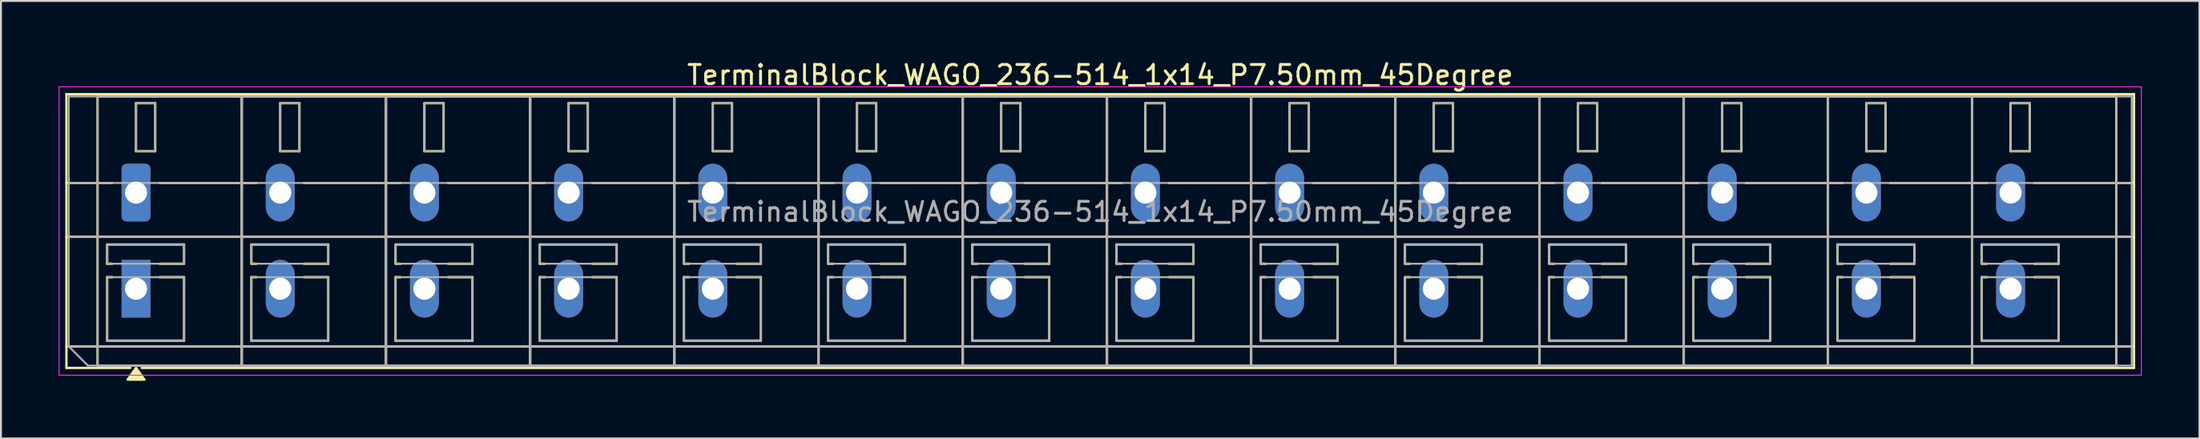
<source format=kicad_pcb>
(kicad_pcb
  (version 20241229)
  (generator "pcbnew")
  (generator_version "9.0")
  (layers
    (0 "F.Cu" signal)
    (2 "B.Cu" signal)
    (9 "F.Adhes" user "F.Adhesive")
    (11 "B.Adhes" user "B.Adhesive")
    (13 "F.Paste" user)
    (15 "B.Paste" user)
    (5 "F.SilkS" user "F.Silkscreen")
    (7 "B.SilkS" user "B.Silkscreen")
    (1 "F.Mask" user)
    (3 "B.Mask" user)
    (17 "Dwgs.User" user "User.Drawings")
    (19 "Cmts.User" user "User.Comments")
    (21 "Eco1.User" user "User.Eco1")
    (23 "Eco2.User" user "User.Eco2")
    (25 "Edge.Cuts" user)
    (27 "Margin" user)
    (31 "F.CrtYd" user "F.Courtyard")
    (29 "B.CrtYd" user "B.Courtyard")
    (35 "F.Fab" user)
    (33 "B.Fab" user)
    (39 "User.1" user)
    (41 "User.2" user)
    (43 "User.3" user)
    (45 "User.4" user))
  (footprint "TerminalBlock_WAGO_236-514_1x14_P7.50mm_45Degree"
    (layer "F.Cu")
    (at 4.025 6.968)
    (property "Reference" "TerminalBlock_WAGO_236-514_1x14_P7.50mm_45Degree" (at 50.15 -6.12 0) (layer "F.SilkS") (effects (font (size 1 1) (thickness 0.15))))
    (attr through_hole)
    (fp_line (start -3.62 -5.12) (end 103.92 -5.12) (stroke (width 0.12) (type solid)) (layer "F.SilkS"))
    (fp_line (start -3.62 -0.5) (end -1.23 -0.5) (stroke (width 0.12) (type solid)) (layer "F.SilkS"))
    (fp_line (start -3.62 2.3) (end 103.92 2.3) (stroke (width 0.12) (type solid)) (layer "F.SilkS"))
    (fp_line (start -3.62 8) (end 103.92 8) (stroke (width 0.12) (type solid)) (layer "F.SilkS"))
    (fp_line (start -3.62 9.12) (end -3.62 -5.12) (stroke (width 0.12) (type solid)) (layer "F.SilkS"))
    (fp_line (start -2 -5) (end 5.5 -5) (stroke (width 0.12) (type solid)) (layer "F.SilkS"))
    (fp_line (start -2 9) (end -2 -5) (stroke (width 0.12) (type solid)) (layer "F.SilkS"))
    (fp_line (start -1.5 2.7) (end 2.5 2.7) (stroke (width 0.12) (type solid)) (layer "F.SilkS"))
    (fp_line (start -1.5 3.7) (end -1.5 2.7) (stroke (width 0.12) (type solid)) (layer "F.SilkS"))
    (fp_line (start -1.5 4.4) (end -1.23 4.4) (stroke (width 0.12) (type solid)) (layer "F.SilkS"))
    (fp_line (start -1.5 7.7) (end -1.5 4.4) (stroke (width 0.12) (type solid)) (layer "F.SilkS"))
    (fp_line (start -1.23 3.7) (end -1.5 3.7) (stroke (width 0.12) (type solid)) (layer "F.SilkS"))
    (fp_line (start -0.3 9.12) (end -3.62 9.12) (stroke (width 0.12) (type solid)) (layer "F.SilkS"))
    (fp_line (start 0 -4.65) (end 1 -4.65) (stroke (width 0.12) (type solid)) (layer "F.SilkS"))
    (fp_line (start 0 -2.15) (end 0 -4.65) (stroke (width 0.12) (type solid)) (layer "F.SilkS"))
    (fp_line (start 1 -4.65) (end 1 -2.15) (stroke (width 0.12) (type solid)) (layer "F.SilkS"))
    (fp_line (start 1 -2.15) (end 0 -2.15) (stroke (width 0.12) (type solid)) (layer "F.SilkS"))
    (fp_line (start 1.23 -0.5) (end 6.27 -0.5) (stroke (width 0.12) (type solid)) (layer "F.SilkS"))
    (fp_line (start 1.23 4.4) (end 2.5 4.4) (stroke (width 0.12) (type solid)) (layer "F.SilkS"))
    (fp_line (start 2.5 2.7) (end 2.5 3.7) (stroke (width 0.12) (type solid)) (layer "F.SilkS"))
    (fp_line (start 2.5 3.7) (end 1.23 3.7) (stroke (width 0.12) (type solid)) (layer "F.SilkS"))
    (fp_line (start 2.5 4.4) (end 2.5 7.7) (stroke (width 0.12) (type solid)) (layer "F.SilkS"))
    (fp_line (start 2.5 7.7) (end -1.5 7.7) (stroke (width 0.12) (type solid)) (layer "F.SilkS"))
    (fp_line (start 5.5 -5) (end 5.5 9) (stroke (width 0.12) (type solid)) (layer "F.SilkS"))
    (fp_line (start 5.5 -5) (end 13 -5) (stroke (width 0.12) (type solid)) (layer "F.SilkS"))
    (fp_line (start 5.5 9) (end -2 9) (stroke (width 0.12) (type solid)) (layer "F.SilkS"))
    (fp_line (start 5.5 9) (end 5.5 -5) (stroke (width 0.12) (type solid)) (layer "F.SilkS"))
    (fp_line (start 6 2.7) (end 10 2.7) (stroke (width 0.12) (type solid)) (layer "F.SilkS"))
    (fp_line (start 6 3.7) (end 6 2.7) (stroke (width 0.12) (type solid)) (layer "F.SilkS"))
    (fp_line (start 6 4.4) (end 6.27 4.4) (stroke (width 0.12) (type solid)) (layer "F.SilkS"))
    (fp_line (start 6 7.7) (end 6 4.4) (stroke (width 0.12) (type solid)) (layer "F.SilkS"))
    (fp_line (start 6.27 3.7) (end 6 3.7) (stroke (width 0.12) (type solid)) (layer "F.SilkS"))
    (fp_line (start 7.5 -4.65) (end 8.5 -4.65) (stroke (width 0.12) (type solid)) (layer "F.SilkS"))
    (fp_line (start 7.5 -2.15) (end 7.5 -4.65) (stroke (width 0.12) (type solid)) (layer "F.SilkS"))
    (fp_line (start 8.5 -4.65) (end 8.5 -2.15) (stroke (width 0.12) (type solid)) (layer "F.SilkS"))
    (fp_line (start 8.5 -2.15) (end 7.5 -2.15) (stroke (width 0.12) (type solid)) (layer "F.SilkS"))
    (fp_line (start 8.73 -0.5) (end 13.77 -0.5) (stroke (width 0.12) (type solid)) (layer "F.SilkS"))
    (fp_line (start 8.73 4.4) (end 10 4.4) (stroke (width 0.12) (type solid)) (layer "F.SilkS"))
    (fp_line (start 10 2.7) (end 10 3.7) (stroke (width 0.12) (type solid)) (layer "F.SilkS"))
    (fp_line (start 10 3.7) (end 8.73 3.7) (stroke (width 0.12) (type solid)) (layer "F.SilkS"))
    (fp_line (start 10 4.4) (end 10 7.7) (stroke (width 0.12) (type solid)) (layer "F.SilkS"))
    (fp_line (start 10 7.7) (end 6 7.7) (stroke (width 0.12) (type solid)) (layer "F.SilkS"))
    (fp_line (start 13 -5) (end 13 9) (stroke (width 0.12) (type solid)) (layer "F.SilkS"))
    (fp_line (start 13 -5) (end 20.5 -5) (stroke (width 0.12) (type solid)) (layer "F.SilkS"))
    (fp_line (start 13 9) (end 5.5 9) (stroke (width 0.12) (type solid)) (layer "F.SilkS"))
    (fp_line (start 13 9) (end 13 -5) (stroke (width 0.12) (type solid)) (layer "F.SilkS"))
    (fp_line (start 13.5 2.7) (end 17.5 2.7) (stroke (width 0.12) (type solid)) (layer "F.SilkS"))
    (fp_line (start 13.5 3.7) (end 13.5 2.7) (stroke (width 0.12) (type solid)) (layer "F.SilkS"))
    (fp_line (start 13.5 4.4) (end 13.77 4.4) (stroke (width 0.12) (type solid)) (layer "F.SilkS"))
    (fp_line (start 13.5 7.7) (end 13.5 4.4) (stroke (width 0.12) (type solid)) (layer "F.SilkS"))
    (fp_line (start 13.77 3.7) (end 13.5 3.7) (stroke (width 0.12) (type solid)) (layer "F.SilkS"))
    (fp_line (start 15 -4.65) (end 16 -4.65) (stroke (width 0.12) (type solid)) (layer "F.SilkS"))
    (fp_line (start 15 -2.15) (end 15 -4.65) (stroke (width 0.12) (type solid)) (layer "F.SilkS"))
    (fp_line (start 16 -4.65) (end 16 -2.15) (stroke (width 0.12) (type solid)) (layer "F.SilkS"))
    (fp_line (start 16 -2.15) (end 15 -2.15) (stroke (width 0.12) (type solid)) (layer "F.SilkS"))
    (fp_line (start 16.23 -0.5) (end 21.27 -0.5) (stroke (width 0.12) (type solid)) (layer "F.SilkS"))
    (fp_line (start 16.23 4.4) (end 17.5 4.4) (stroke (width 0.12) (type solid)) (layer "F.SilkS"))
    (fp_line (start 17.5 2.7) (end 17.5 3.7) (stroke (width 0.12) (type solid)) (layer "F.SilkS"))
    (fp_line (start 17.5 3.7) (end 16.23 3.7) (stroke (width 0.12) (type solid)) (layer "F.SilkS"))
    (fp_line (start 17.5 4.4) (end 17.5 7.7) (stroke (width 0.12) (type solid)) (layer "F.SilkS"))
    (fp_line (start 17.5 7.7) (end 13.5 7.7) (stroke (width 0.12) (type solid)) (layer "F.SilkS"))
    (fp_line (start 20.5 -5) (end 20.5 9) (stroke (width 0.12) (type solid)) (layer "F.SilkS"))
    (fp_line (start 20.5 -5) (end 28 -5) (stroke (width 0.12) (type solid)) (layer "F.SilkS"))
    (fp_line (start 20.5 9) (end 13 9) (stroke (width 0.12) (type solid)) (layer "F.SilkS"))
    (fp_line (start 20.5 9) (end 20.5 -5) (stroke (width 0.12) (type solid)) (layer "F.SilkS"))
    (fp_line (start 21 2.7) (end 25 2.7) (stroke (width 0.12) (type solid)) (layer "F.SilkS"))
    (fp_line (start 21 3.7) (end 21 2.7) (stroke (width 0.12) (type solid)) (layer "F.SilkS"))
    (fp_line (start 21 4.4) (end 21.27 4.4) (stroke (width 0.12) (type solid)) (layer "F.SilkS"))
    (fp_line (start 21 7.7) (end 21 4.4) (stroke (width 0.12) (type solid)) (layer "F.SilkS"))
    (fp_line (start 21.27 3.7) (end 21 3.7) (stroke (width 0.12) (type solid)) (layer "F.SilkS"))
    (fp_line (start 22.5 -4.65) (end 23.5 -4.65) (stroke (width 0.12) (type solid)) (layer "F.SilkS"))
    (fp_line (start 22.5 -2.15) (end 22.5 -4.65) (stroke (width 0.12) (type solid)) (layer "F.SilkS"))
    (fp_line (start 23.5 -4.65) (end 23.5 -2.15) (stroke (width 0.12) (type solid)) (layer "F.SilkS"))
    (fp_line (start 23.5 -2.15) (end 22.5 -2.15) (stroke (width 0.12) (type solid)) (layer "F.SilkS"))
    (fp_line (start 23.73 -0.5) (end 28.77 -0.5) (stroke (width 0.12) (type solid)) (layer "F.SilkS"))
    (fp_line (start 23.73 4.4) (end 25 4.4) (stroke (width 0.12) (type solid)) (layer "F.SilkS"))
    (fp_line (start 25 2.7) (end 25 3.7) (stroke (width 0.12) (type solid)) (layer "F.SilkS"))
    (fp_line (start 25 3.7) (end 23.73 3.7) (stroke (width 0.12) (type solid)) (layer "F.SilkS"))
    (fp_line (start 25 4.4) (end 25 7.7) (stroke (width 0.12) (type solid)) (layer "F.SilkS"))
    (fp_line (start 25 7.7) (end 21 7.7) (stroke (width 0.12) (type solid)) (layer "F.SilkS"))
    (fp_line (start 28 -5) (end 28 9) (stroke (width 0.12) (type solid)) (layer "F.SilkS"))
    (fp_line (start 28 -5) (end 35.5 -5) (stroke (width 0.12) (type solid)) (layer "F.SilkS"))
    (fp_line (start 28 9) (end 20.5 9) (stroke (width 0.12) (type solid)) (layer "F.SilkS"))
    (fp_line (start 28 9) (end 28 -5) (stroke (width 0.12) (type solid)) (layer "F.SilkS"))
    (fp_line (start 28.5 2.7) (end 32.5 2.7) (stroke (width 0.12) (type solid)) (layer "F.SilkS"))
    (fp_line (start 28.5 3.7) (end 28.5 2.7) (stroke (width 0.12) (type solid)) (layer "F.SilkS"))
    (fp_line (start 28.5 4.4) (end 28.77 4.4) (stroke (width 0.12) (type solid)) (layer "F.SilkS"))
    (fp_line (start 28.5 7.7) (end 28.5 4.4) (stroke (width 0.12) (type solid)) (layer "F.SilkS"))
    (fp_line (start 28.77 3.7) (end 28.5 3.7) (stroke (width 0.12) (type solid)) (layer "F.SilkS"))
    (fp_line (start 30 -4.65) (end 31 -4.65) (stroke (width 0.12) (type solid)) (layer "F.SilkS"))
    (fp_line (start 30 -2.15) (end 30 -4.65) (stroke (width 0.12) (type solid)) (layer "F.SilkS"))
    (fp_line (start 31 -4.65) (end 31 -2.15) (stroke (width 0.12) (type solid)) (layer "F.SilkS"))
    (fp_line (start 31 -2.15) (end 30 -2.15) (stroke (width 0.12) (type solid)) (layer "F.SilkS"))
    (fp_line (start 31.23 -0.5) (end 36.27 -0.5) (stroke (width 0.12) (type solid)) (layer "F.SilkS"))
    (fp_line (start 31.23 4.4) (end 32.5 4.4) (stroke (width 0.12) (type solid)) (layer "F.SilkS"))
    (fp_line (start 32.5 2.7) (end 32.5 3.7) (stroke (width 0.12) (type solid)) (layer "F.SilkS"))
    (fp_line (start 32.5 3.7) (end 31.23 3.7) (stroke (width 0.12) (type solid)) (layer "F.SilkS"))
    (fp_line (start 32.5 4.4) (end 32.5 7.7) (stroke (width 0.12) (type solid)) (layer "F.SilkS"))
    (fp_line (start 32.5 7.7) (end 28.5 7.7) (stroke (width 0.12) (type solid)) (layer "F.SilkS"))
    (fp_line (start 35.5 -5) (end 35.5 9) (stroke (width 0.12) (type solid)) (layer "F.SilkS"))
    (fp_line (start 35.5 -5) (end 43 -5) (stroke (width 0.12) (type solid)) (layer "F.SilkS"))
    (fp_line (start 35.5 9) (end 28 9) (stroke (width 0.12) (type solid)) (layer "F.SilkS"))
    (fp_line (start 35.5 9) (end 35.5 -5) (stroke (width 0.12) (type solid)) (layer "F.SilkS"))
    (fp_line (start 36 2.7) (end 40 2.7) (stroke (width 0.12) (type solid)) (layer "F.SilkS"))
    (fp_line (start 36 3.7) (end 36 2.7) (stroke (width 0.12) (type solid)) (layer "F.SilkS"))
    (fp_line (start 36 4.4) (end 36.27 4.4) (stroke (width 0.12) (type solid)) (layer "F.SilkS"))
    (fp_line (start 36 7.7) (end 36 4.4) (stroke (width 0.12) (type solid)) (layer "F.SilkS"))
    (fp_line (start 36.27 3.7) (end 36 3.7) (stroke (width 0.12) (type solid)) (layer "F.SilkS"))
    (fp_line (start 37.5 -4.65) (end 38.5 -4.65) (stroke (width 0.12) (type solid)) (layer "F.SilkS"))
    (fp_line (start 37.5 -2.15) (end 37.5 -4.65) (stroke (width 0.12) (type solid)) (layer "F.SilkS"))
    (fp_line (start 38.5 -4.65) (end 38.5 -2.15) (stroke (width 0.12) (type solid)) (layer "F.SilkS"))
    (fp_line (start 38.5 -2.15) (end 37.5 -2.15) (stroke (width 0.12) (type solid)) (layer "F.SilkS"))
    (fp_line (start 38.73 -0.5) (end 43.77 -0.5) (stroke (width 0.12) (type solid)) (layer "F.SilkS"))
    (fp_line (start 38.73 4.4) (end 40 4.4) (stroke (width 0.12) (type solid)) (layer "F.SilkS"))
    (fp_line (start 40 2.7) (end 40 3.7) (stroke (width 0.12) (type solid)) (layer "F.SilkS"))
    (fp_line (start 40 3.7) (end 38.73 3.7) (stroke (width 0.12) (type solid)) (layer "F.SilkS"))
    (fp_line (start 40 4.4) (end 40 7.7) (stroke (width 0.12) (type solid)) (layer "F.SilkS"))
    (fp_line (start 40 7.7) (end 36 7.7) (stroke (width 0.12) (type solid)) (layer "F.SilkS"))
    (fp_line (start 43 -5) (end 43 9) (stroke (width 0.12) (type solid)) (layer "F.SilkS"))
    (fp_line (start 43 -5) (end 50.5 -5) (stroke (width 0.12) (type solid)) (layer "F.SilkS"))
    (fp_line (start 43 9) (end 35.5 9) (stroke (width 0.12) (type solid)) (layer "F.SilkS"))
    (fp_line (start 43 9) (end 43 -5) (stroke (width 0.12) (type solid)) (layer "F.SilkS"))
    (fp_line (start 43.5 2.7) (end 47.5 2.7) (stroke (width 0.12) (type solid)) (layer "F.SilkS"))
    (fp_line (start 43.5 3.7) (end 43.5 2.7) (stroke (width 0.12) (type solid)) (layer "F.SilkS"))
    (fp_line (start 43.5 4.4) (end 43.77 4.4) (stroke (width 0.12) (type solid)) (layer "F.SilkS"))
    (fp_line (start 43.5 7.7) (end 43.5 4.4) (stroke (width 0.12) (type solid)) (layer "F.SilkS"))
    (fp_line (start 43.77 3.7) (end 43.5 3.7) (stroke (width 0.12) (type solid)) (layer "F.SilkS"))
    (fp_line (start 45 -4.65) (end 46 -4.65) (stroke (width 0.12) (type solid)) (layer "F.SilkS"))
    (fp_line (start 45 -2.15) (end 45 -4.65) (stroke (width 0.12) (type solid)) (layer "F.SilkS"))
    (fp_line (start 46 -4.65) (end 46 -2.15) (stroke (width 0.12) (type solid)) (layer "F.SilkS"))
    (fp_line (start 46 -2.15) (end 45 -2.15) (stroke (width 0.12) (type solid)) (layer "F.SilkS"))
    (fp_line (start 46.23 -0.5) (end 51.27 -0.5) (stroke (width 0.12) (type solid)) (layer "F.SilkS"))
    (fp_line (start 46.23 4.4) (end 47.5 4.4) (stroke (width 0.12) (type solid)) (layer "F.SilkS"))
    (fp_line (start 47.5 2.7) (end 47.5 3.7) (stroke (width 0.12) (type solid)) (layer "F.SilkS"))
    (fp_line (start 47.5 3.7) (end 46.23 3.7) (stroke (width 0.12) (type solid)) (layer "F.SilkS"))
    (fp_line (start 47.5 4.4) (end 47.5 7.7) (stroke (width 0.12) (type solid)) (layer "F.SilkS"))
    (fp_line (start 47.5 7.7) (end 43.5 7.7) (stroke (width 0.12) (type solid)) (layer "F.SilkS"))
    (fp_line (start 50.5 -5) (end 50.5 9) (stroke (width 0.12) (type solid)) (layer "F.SilkS"))
    (fp_line (start 50.5 -5) (end 58 -5) (stroke (width 0.12) (type solid)) (layer "F.SilkS"))
    (fp_line (start 50.5 9) (end 43 9) (stroke (width 0.12) (type solid)) (layer "F.SilkS"))
    (fp_line (start 50.5 9) (end 50.5 -5) (stroke (width 0.12) (type solid)) (layer "F.SilkS"))
    (fp_line (start 51 2.7) (end 55 2.7) (stroke (width 0.12) (type solid)) (layer "F.SilkS"))
    (fp_line (start 51 3.7) (end 51 2.7) (stroke (width 0.12) (type solid)) (layer "F.SilkS"))
    (fp_line (start 51 4.4) (end 51.27 4.4) (stroke (width 0.12) (type solid)) (layer "F.SilkS"))
    (fp_line (start 51 7.7) (end 51 4.4) (stroke (width 0.12) (type solid)) (layer "F.SilkS"))
    (fp_line (start 51.27 3.7) (end 51 3.7) (stroke (width 0.12) (type solid)) (layer "F.SilkS"))
    (fp_line (start 52.5 -4.65) (end 53.5 -4.65) (stroke (width 0.12) (type solid)) (layer "F.SilkS"))
    (fp_line (start 52.5 -2.15) (end 52.5 -4.65) (stroke (width 0.12) (type solid)) (layer "F.SilkS"))
    (fp_line (start 53.5 -4.65) (end 53.5 -2.15) (stroke (width 0.12) (type solid)) (layer "F.SilkS"))
    (fp_line (start 53.5 -2.15) (end 52.5 -2.15) (stroke (width 0.12) (type solid)) (layer "F.SilkS"))
    (fp_line (start 53.73 -0.5) (end 58.77 -0.5) (stroke (width 0.12) (type solid)) (layer "F.SilkS"))
    (fp_line (start 53.73 4.4) (end 55 4.4) (stroke (width 0.12) (type solid)) (layer "F.SilkS"))
    (fp_line (start 55 2.7) (end 55 3.7) (stroke (width 0.12) (type solid)) (layer "F.SilkS"))
    (fp_line (start 55 3.7) (end 53.73 3.7) (stroke (width 0.12) (type solid)) (layer "F.SilkS"))
    (fp_line (start 55 4.4) (end 55 7.7) (stroke (width 0.12) (type solid)) (layer "F.SilkS"))
    (fp_line (start 55 7.7) (end 51 7.7) (stroke (width 0.12) (type solid)) (layer "F.SilkS"))
    (fp_line (start 58 -5) (end 58 9) (stroke (width 0.12) (type solid)) (layer "F.SilkS"))
    (fp_line (start 58 -5) (end 65.5 -5) (stroke (width 0.12) (type solid)) (layer "F.SilkS"))
    (fp_line (start 58 9) (end 50.5 9) (stroke (width 0.12) (type solid)) (layer "F.SilkS"))
    (fp_line (start 58 9) (end 58 -5) (stroke (width 0.12) (type solid)) (layer "F.SilkS"))
    (fp_line (start 58.5 2.7) (end 62.5 2.7) (stroke (width 0.12) (type solid)) (layer "F.SilkS"))
    (fp_line (start 58.5 3.7) (end 58.5 2.7) (stroke (width 0.12) (type solid)) (layer "F.SilkS"))
    (fp_line (start 58.5 4.4) (end 58.77 4.4) (stroke (width 0.12) (type solid)) (layer "F.SilkS"))
    (fp_line (start 58.5 7.7) (end 58.5 4.4) (stroke (width 0.12) (type solid)) (layer "F.SilkS"))
    (fp_line (start 58.77 3.7) (end 58.5 3.7) (stroke (width 0.12) (type solid)) (layer "F.SilkS"))
    (fp_line (start 60 -4.65) (end 61 -4.65) (stroke (width 0.12) (type solid)) (layer "F.SilkS"))
    (fp_line (start 60 -2.15) (end 60 -4.65) (stroke (width 0.12) (type solid)) (layer "F.SilkS"))
    (fp_line (start 61 -4.65) (end 61 -2.15) (stroke (width 0.12) (type solid)) (layer "F.SilkS"))
    (fp_line (start 61 -2.15) (end 60 -2.15) (stroke (width 0.12) (type solid)) (layer "F.SilkS"))
    (fp_line (start 61.23 -0.5) (end 66.27 -0.5) (stroke (width 0.12) (type solid)) (layer "F.SilkS"))
    (fp_line (start 61.23 4.4) (end 62.5 4.4) (stroke (width 0.12) (type solid)) (layer "F.SilkS"))
    (fp_line (start 62.5 2.7) (end 62.5 3.7) (stroke (width 0.12) (type solid)) (layer "F.SilkS"))
    (fp_line (start 62.5 3.7) (end 61.23 3.7) (stroke (width 0.12) (type solid)) (layer "F.SilkS"))
    (fp_line (start 62.5 4.4) (end 62.5 7.7) (stroke (width 0.12) (type solid)) (layer "F.SilkS"))
    (fp_line (start 62.5 7.7) (end 58.5 7.7) (stroke (width 0.12) (type solid)) (layer "F.SilkS"))
    (fp_line (start 65.5 -5) (end 65.5 9) (stroke (width 0.12) (type solid)) (layer "F.SilkS"))
    (fp_line (start 65.5 -5) (end 73 -5) (stroke (width 0.12) (type solid)) (layer "F.SilkS"))
    (fp_line (start 65.5 9) (end 58 9) (stroke (width 0.12) (type solid)) (layer "F.SilkS"))
    (fp_line (start 65.5 9) (end 65.5 -5) (stroke (width 0.12) (type solid)) (layer "F.SilkS"))
    (fp_line (start 66 2.7) (end 70 2.7) (stroke (width 0.12) (type solid)) (layer "F.SilkS"))
    (fp_line (start 66 3.7) (end 66 2.7) (stroke (width 0.12) (type solid)) (layer "F.SilkS"))
    (fp_line (start 66 4.4) (end 66.27 4.4) (stroke (width 0.12) (type solid)) (layer "F.SilkS"))
    (fp_line (start 66 7.7) (end 66 4.4) (stroke (width 0.12) (type solid)) (layer "F.SilkS"))
    (fp_line (start 66.27 3.7) (end 66 3.7) (stroke (width 0.12) (type solid)) (layer "F.SilkS"))
    (fp_line (start 67.5 -4.65) (end 68.5 -4.65) (stroke (width 0.12) (type solid)) (layer "F.SilkS"))
    (fp_line (start 67.5 -2.15) (end 67.5 -4.65) (stroke (width 0.12) (type solid)) (layer "F.SilkS"))
    (fp_line (start 68.5 -4.65) (end 68.5 -2.15) (stroke (width 0.12) (type solid)) (layer "F.SilkS"))
    (fp_line (start 68.5 -2.15) (end 67.5 -2.15) (stroke (width 0.12) (type solid)) (layer "F.SilkS"))
    (fp_line (start 68.73 -0.5) (end 73.77 -0.5) (stroke (width 0.12) (type solid)) (layer "F.SilkS"))
    (fp_line (start 68.73 4.4) (end 70 4.4) (stroke (width 0.12) (type solid)) (layer "F.SilkS"))
    (fp_line (start 70 2.7) (end 70 3.7) (stroke (width 0.12) (type solid)) (layer "F.SilkS"))
    (fp_line (start 70 3.7) (end 68.73 3.7) (stroke (width 0.12) (type solid)) (layer "F.SilkS"))
    (fp_line (start 70 4.4) (end 70 7.7) (stroke (width 0.12) (type solid)) (layer "F.SilkS"))
    (fp_line (start 70 7.7) (end 66 7.7) (stroke (width 0.12) (type solid)) (layer "F.SilkS"))
    (fp_line (start 73 -5) (end 73 9) (stroke (width 0.12) (type solid)) (layer "F.SilkS"))
    (fp_line (start 73 -5) (end 80.5 -5) (stroke (width 0.12) (type solid)) (layer "F.SilkS"))
    (fp_line (start 73 9) (end 65.5 9) (stroke (width 0.12) (type solid)) (layer "F.SilkS"))
    (fp_line (start 73 9) (end 73 -5) (stroke (width 0.12) (type solid)) (layer "F.SilkS"))
    (fp_line (start 73.5 2.7) (end 77.5 2.7) (stroke (width 0.12) (type solid)) (layer "F.SilkS"))
    (fp_line (start 73.5 3.7) (end 73.5 2.7) (stroke (width 0.12) (type solid)) (layer "F.SilkS"))
    (fp_line (start 73.5 4.4) (end 73.77 4.4) (stroke (width 0.12) (type solid)) (layer "F.SilkS"))
    (fp_line (start 73.5 7.7) (end 73.5 4.4) (stroke (width 0.12) (type solid)) (layer "F.SilkS"))
    (fp_line (start 73.77 3.7) (end 73.5 3.7) (stroke (width 0.12) (type solid)) (layer "F.SilkS"))
    (fp_line (start 75 -4.65) (end 76 -4.65) (stroke (width 0.12) (type solid)) (layer "F.SilkS"))
    (fp_line (start 75 -2.15) (end 75 -4.65) (stroke (width 0.12) (type solid)) (layer "F.SilkS"))
    (fp_line (start 76 -4.65) (end 76 -2.15) (stroke (width 0.12) (type solid)) (layer "F.SilkS"))
    (fp_line (start 76 -2.15) (end 75 -2.15) (stroke (width 0.12) (type solid)) (layer "F.SilkS"))
    (fp_line (start 76.23 -0.5) (end 81.27 -0.5) (stroke (width 0.12) (type solid)) (layer "F.SilkS"))
    (fp_line (start 76.23 4.4) (end 77.5 4.4) (stroke (width 0.12) (type solid)) (layer "F.SilkS"))
    (fp_line (start 77.5 2.7) (end 77.5 3.7) (stroke (width 0.12) (type solid)) (layer "F.SilkS"))
    (fp_line (start 77.5 3.7) (end 76.23 3.7) (stroke (width 0.12) (type solid)) (layer "F.SilkS"))
    (fp_line (start 77.5 4.4) (end 77.5 7.7) (stroke (width 0.12) (type solid)) (layer "F.SilkS"))
    (fp_line (start 77.5 7.7) (end 73.5 7.7) (stroke (width 0.12) (type solid)) (layer "F.SilkS"))
    (fp_line (start 80.5 -5) (end 80.5 9) (stroke (width 0.12) (type solid)) (layer "F.SilkS"))
    (fp_line (start 80.5 -5) (end 88 -5) (stroke (width 0.12) (type solid)) (layer "F.SilkS"))
    (fp_line (start 80.5 9) (end 73 9) (stroke (width 0.12) (type solid)) (layer "F.SilkS"))
    (fp_line (start 80.5 9) (end 80.5 -5) (stroke (width 0.12) (type solid)) (layer "F.SilkS"))
    (fp_line (start 81 2.7) (end 85 2.7) (stroke (width 0.12) (type solid)) (layer "F.SilkS"))
    (fp_line (start 81 3.7) (end 81 2.7) (stroke (width 0.12) (type solid)) (layer "F.SilkS"))
    (fp_line (start 81 4.4) (end 81.27 4.4) (stroke (width 0.12) (type solid)) (layer "F.SilkS"))
    (fp_line (start 81 7.7) (end 81 4.4) (stroke (width 0.12) (type solid)) (layer "F.SilkS"))
    (fp_line (start 81.27 3.7) (end 81 3.7) (stroke (width 0.12) (type solid)) (layer "F.SilkS"))
    (fp_line (start 82.5 -4.65) (end 83.5 -4.65) (stroke (width 0.12) (type solid)) (layer "F.SilkS"))
    (fp_line (start 82.5 -2.15) (end 82.5 -4.65) (stroke (width 0.12) (type solid)) (layer "F.SilkS"))
    (fp_line (start 83.5 -4.65) (end 83.5 -2.15) (stroke (width 0.12) (type solid)) (layer "F.SilkS"))
    (fp_line (start 83.5 -2.15) (end 82.5 -2.15) (stroke (width 0.12) (type solid)) (layer "F.SilkS"))
    (fp_line (start 83.73 -0.5) (end 88.77 -0.5) (stroke (width 0.12) (type solid)) (layer "F.SilkS"))
    (fp_line (start 83.73 4.4) (end 85 4.4) (stroke (width 0.12) (type solid)) (layer "F.SilkS"))
    (fp_line (start 85 2.7) (end 85 3.7) (stroke (width 0.12) (type solid)) (layer "F.SilkS"))
    (fp_line (start 85 3.7) (end 83.73 3.7) (stroke (width 0.12) (type solid)) (layer "F.SilkS"))
    (fp_line (start 85 4.4) (end 85 7.7) (stroke (width 0.12) (type solid)) (layer "F.SilkS"))
    (fp_line (start 85 7.7) (end 81 7.7) (stroke (width 0.12) (type solid)) (layer "F.SilkS"))
    (fp_line (start 88 -5) (end 88 9) (stroke (width 0.12) (type solid)) (layer "F.SilkS"))
    (fp_line (start 88 -5) (end 95.5 -5) (stroke (width 0.12) (type solid)) (layer "F.SilkS"))
    (fp_line (start 88 9) (end 80.5 9) (stroke (width 0.12) (type solid)) (layer "F.SilkS"))
    (fp_line (start 88 9) (end 88 -5) (stroke (width 0.12) (type solid)) (layer "F.SilkS"))
    (fp_line (start 88.5 2.7) (end 92.5 2.7) (stroke (width 0.12) (type solid)) (layer "F.SilkS"))
    (fp_line (start 88.5 3.7) (end 88.5 2.7) (stroke (width 0.12) (type solid)) (layer "F.SilkS"))
    (fp_line (start 88.5 4.4) (end 88.77 4.4) (stroke (width 0.12) (type solid)) (layer "F.SilkS"))
    (fp_line (start 88.5 7.7) (end 88.5 4.4) (stroke (width 0.12) (type solid)) (layer "F.SilkS"))
    (fp_line (start 88.77 3.7) (end 88.5 3.7) (stroke (width 0.12) (type solid)) (layer "F.SilkS"))
    (fp_line (start 90 -4.65) (end 91 -4.65) (stroke (width 0.12) (type solid)) (layer "F.SilkS"))
    (fp_line (start 90 -2.15) (end 90 -4.65) (stroke (width 0.12) (type solid)) (layer "F.SilkS"))
    (fp_line (start 91 -4.65) (end 91 -2.15) (stroke (width 0.12) (type solid)) (layer "F.SilkS"))
    (fp_line (start 91 -2.15) (end 90 -2.15) (stroke (width 0.12) (type solid)) (layer "F.SilkS"))
    (fp_line (start 91.23 -0.5) (end 96.27 -0.5) (stroke (width 0.12) (type solid)) (layer "F.SilkS"))
    (fp_line (start 91.23 4.4) (end 92.5 4.4) (stroke (width 0.12) (type solid)) (layer "F.SilkS"))
    (fp_line (start 92.5 2.7) (end 92.5 3.7) (stroke (width 0.12) (type solid)) (layer "F.SilkS"))
    (fp_line (start 92.5 3.7) (end 91.23 3.7) (stroke (width 0.12) (type solid)) (layer "F.SilkS"))
    (fp_line (start 92.5 4.4) (end 92.5 7.7) (stroke (width 0.12) (type solid)) (layer "F.SilkS"))
    (fp_line (start 92.5 7.7) (end 88.5 7.7) (stroke (width 0.12) (type solid)) (layer "F.SilkS"))
    (fp_line (start 95.5 -5) (end 95.5 9) (stroke (width 0.12) (type solid)) (layer "F.SilkS"))
    (fp_line (start 95.5 -5) (end 103 -5) (stroke (width 0.12) (type solid)) (layer "F.SilkS"))
    (fp_line (start 95.5 9) (end 88 9) (stroke (width 0.12) (type solid)) (layer "F.SilkS"))
    (fp_line (start 95.5 9) (end 95.5 -5) (stroke (width 0.12) (type solid)) (layer "F.SilkS"))
    (fp_line (start 96 2.7) (end 100 2.7) (stroke (width 0.12) (type solid)) (layer "F.SilkS"))
    (fp_line (start 96 3.7) (end 96 2.7) (stroke (width 0.12) (type solid)) (layer "F.SilkS"))
    (fp_line (start 96 4.4) (end 96.27 4.4) (stroke (width 0.12) (type solid)) (layer "F.SilkS"))
    (fp_line (start 96 7.7) (end 96 4.4) (stroke (width 0.12) (type solid)) (layer "F.SilkS"))
    (fp_line (start 96.27 3.7) (end 96 3.7) (stroke (width 0.12) (type solid)) (layer "F.SilkS"))
    (fp_line (start 97.5 -4.65) (end 98.5 -4.65) (stroke (width 0.12) (type solid)) (layer "F.SilkS"))
    (fp_line (start 97.5 -2.15) (end 97.5 -4.65) (stroke (width 0.12) (type solid)) (layer "F.SilkS"))
    (fp_line (start 98.5 -4.65) (end 98.5 -2.15) (stroke (width 0.12) (type solid)) (layer "F.SilkS"))
    (fp_line (start 98.5 -2.15) (end 97.5 -2.15) (stroke (width 0.12) (type solid)) (layer "F.SilkS"))
    (fp_line (start 98.73 -0.5) (end 103.92 -0.5) (stroke (width 0.12) (type solid)) (layer "F.SilkS"))
    (fp_line (start 98.73 4.4) (end 100 4.4) (stroke (width 0.12) (type solid)) (layer "F.SilkS"))
    (fp_line (start 100 2.7) (end 100 3.7) (stroke (width 0.12) (type solid)) (layer "F.SilkS"))
    (fp_line (start 100 3.7) (end 98.73 3.7) (stroke (width 0.12) (type solid)) (layer "F.SilkS"))
    (fp_line (start 100 4.4) (end 100 7.7) (stroke (width 0.12) (type solid)) (layer "F.SilkS"))
    (fp_line (start 100 7.7) (end 96 7.7) (stroke (width 0.12) (type solid)) (layer "F.SilkS"))
    (fp_line (start 103 -5) (end 103 9) (stroke (width 0.12) (type solid)) (layer "F.SilkS"))
    (fp_line (start 103 9) (end 95.5 9) (stroke (width 0.12) (type solid)) (layer "F.SilkS"))
    (fp_line (start 103.92 -5.12) (end 103.92 9.12) (stroke (width 0.12) (type solid)) (layer "F.SilkS"))
    (fp_line (start 103.92 9.12) (end 0.3 9.12) (stroke (width 0.12) (type solid)) (layer "F.SilkS"))
    (fp_poly (pts (xy 0 9.12) (xy 0.44 9.73) (xy -0.44 9.73)) (stroke (width 0.12) (type solid)) (fill yes) (layer "F.SilkS"))
    (fp_line (start -4 -5.5) (end -4 9.5) (stroke (width 0.05) (type solid)) (layer "F.CrtYd"))
    (fp_line (start -4 9.5) (end 104.3 9.5) (stroke (width 0.05) (type solid)) (layer "F.CrtYd"))
    (fp_line (start 104.3 -5.5) (end -4 -5.5) (stroke (width 0.05) (type solid)) (layer "F.CrtYd"))
    (fp_line (start 104.3 9.5) (end 104.3 -5.5) (stroke (width 0.05) (type solid)) (layer "F.CrtYd"))
    (fp_line (start -3.5 -5) (end 103.8 -5) (stroke (width 0.1) (type solid)) (layer "F.Fab"))
    (fp_line (start -3.5 -0.5) (end 103.8 -0.5) (stroke (width 0.1) (type solid)) (layer "F.Fab"))
    (fp_line (start -3.5 2.3) (end 103.8 2.3) (stroke (width 0.1) (type solid)) (layer "F.Fab"))
    (fp_line (start -3.5 8) (end -3.5 -5) (stroke (width 0.1) (type solid)) (layer "F.Fab"))
    (fp_line (start -3.5 8) (end 103.8 8) (stroke (width 0.1) (type solid)) (layer "F.Fab"))
    (fp_line (start -2.5 9) (end -3.5 8) (stroke (width 0.1) (type solid)) (layer "F.Fab"))
    (fp_line (start -2 -5) (end -2 9) (stroke (width 0.1) (type solid)) (layer "F.Fab"))
    (fp_line (start -2 9) (end 5.5 9) (stroke (width 0.1) (type solid)) (layer "F.Fab"))
    (fp_line (start -1.5 2.7) (end -1.5 3.7) (stroke (width 0.1) (type solid)) (layer "F.Fab"))
    (fp_line (start -1.5 3.7) (end 2.5 3.7) (stroke (width 0.1) (type solid)) (layer "F.Fab"))
    (fp_line (start -1.5 4.4) (end -1.5 7.7) (stroke (width 0.1) (type solid)) (layer "F.Fab"))
    (fp_line (start -1.5 7.7) (end 2.5 7.7) (stroke (width 0.1) (type solid)) (layer "F.Fab"))
    (fp_line (start 0 -4.65) (end 0 -2.15) (stroke (width 0.1) (type solid)) (layer "F.Fab"))
    (fp_line (start 0 -2.15) (end 1 -2.15) (stroke (width 0.1) (type solid)) (layer "F.Fab"))
    (fp_line (start 1 -4.65) (end 0 -4.65) (stroke (width 0.1) (type solid)) (layer "F.Fab"))
    (fp_line (start 1 -2.15) (end 1 -4.65) (stroke (width 0.1) (type solid)) (layer "F.Fab"))
    (fp_line (start 2.5 2.7) (end -1.5 2.7) (stroke (width 0.1) (type solid)) (layer "F.Fab"))
    (fp_line (start 2.5 3.7) (end 2.5 2.7) (stroke (width 0.1) (type solid)) (layer "F.Fab"))
    (fp_line (start 2.5 4.4) (end -1.5 4.4) (stroke (width 0.1) (type solid)) (layer "F.Fab"))
    (fp_line (start 2.5 7.7) (end 2.5 4.4) (stroke (width 0.1) (type solid)) (layer "F.Fab"))
    (fp_line (start 5.5 -5) (end -2 -5) (stroke (width 0.1) (type solid)) (layer "F.Fab"))
    (fp_line (start 5.5 -5) (end 5.5 9) (stroke (width 0.1) (type solid)) (layer "F.Fab"))
    (fp_line (start 5.5 9) (end 5.5 -5) (stroke (width 0.1) (type solid)) (layer "F.Fab"))
    (fp_line (start 5.5 9) (end 13 9) (stroke (width 0.1) (type solid)) (layer "F.Fab"))
    (fp_line (start 6 2.7) (end 6 3.7) (stroke (width 0.1) (type solid)) (layer "F.Fab"))
    (fp_line (start 6 3.7) (end 10 3.7) (stroke (width 0.1) (type solid)) (layer "F.Fab"))
    (fp_line (start 6 4.4) (end 6 7.7) (stroke (width 0.1) (type solid)) (layer "F.Fab"))
    (fp_line (start 6 7.7) (end 10 7.7) (stroke (width 0.1) (type solid)) (layer "F.Fab"))
    (fp_line (start 7.5 -4.65) (end 7.5 -2.15) (stroke (width 0.1) (type solid)) (layer "F.Fab"))
    (fp_line (start 7.5 -2.15) (end 8.5 -2.15) (stroke (width 0.1) (type solid)) (layer "F.Fab"))
    (fp_line (start 8.5 -4.65) (end 7.5 -4.65) (stroke (width 0.1) (type solid)) (layer "F.Fab"))
    (fp_line (start 8.5 -2.15) (end 8.5 -4.65) (stroke (width 0.1) (type solid)) (layer "F.Fab"))
    (fp_line (start 10 2.7) (end 6 2.7) (stroke (width 0.1) (type solid)) (layer "F.Fab"))
    (fp_line (start 10 3.7) (end 10 2.7) (stroke (width 0.1) (type solid)) (layer "F.Fab"))
    (fp_line (start 10 4.4) (end 6 4.4) (stroke (width 0.1) (type solid)) (layer "F.Fab"))
    (fp_line (start 10 7.7) (end 10 4.4) (stroke (width 0.1) (type solid)) (layer "F.Fab"))
    (fp_line (start 13 -5) (end 5.5 -5) (stroke (width 0.1) (type solid)) (layer "F.Fab"))
    (fp_line (start 13 -5) (end 13 9) (stroke (width 0.1) (type solid)) (layer "F.Fab"))
    (fp_line (start 13 9) (end 13 -5) (stroke (width 0.1) (type solid)) (layer "F.Fab"))
    (fp_line (start 13 9) (end 20.5 9) (stroke (width 0.1) (type solid)) (layer "F.Fab"))
    (fp_line (start 13.5 2.7) (end 13.5 3.7) (stroke (width 0.1) (type solid)) (layer "F.Fab"))
    (fp_line (start 13.5 3.7) (end 17.5 3.7) (stroke (width 0.1) (type solid)) (layer "F.Fab"))
    (fp_line (start 13.5 4.4) (end 13.5 7.7) (stroke (width 0.1) (type solid)) (layer "F.Fab"))
    (fp_line (start 13.5 7.7) (end 17.5 7.7) (stroke (width 0.1) (type solid)) (layer "F.Fab"))
    (fp_line (start 15 -4.65) (end 15 -2.15) (stroke (width 0.1) (type solid)) (layer "F.Fab"))
    (fp_line (start 15 -2.15) (end 16 -2.15) (stroke (width 0.1) (type solid)) (layer "F.Fab"))
    (fp_line (start 16 -4.65) (end 15 -4.65) (stroke (width 0.1) (type solid)) (layer "F.Fab"))
    (fp_line (start 16 -2.15) (end 16 -4.65) (stroke (width 0.1) (type solid)) (layer "F.Fab"))
    (fp_line (start 17.5 2.7) (end 13.5 2.7) (stroke (width 0.1) (type solid)) (layer "F.Fab"))
    (fp_line (start 17.5 3.7) (end 17.5 2.7) (stroke (width 0.1) (type solid)) (layer "F.Fab"))
    (fp_line (start 17.5 4.4) (end 13.5 4.4) (stroke (width 0.1) (type solid)) (layer "F.Fab"))
    (fp_line (start 17.5 7.7) (end 17.5 4.4) (stroke (width 0.1) (type solid)) (layer "F.Fab"))
    (fp_line (start 20.5 -5) (end 13 -5) (stroke (width 0.1) (type solid)) (layer "F.Fab"))
    (fp_line (start 20.5 -5) (end 20.5 9) (stroke (width 0.1) (type solid)) (layer "F.Fab"))
    (fp_line (start 20.5 9) (end 20.5 -5) (stroke (width 0.1) (type solid)) (layer "F.Fab"))
    (fp_line (start 20.5 9) (end 28 9) (stroke (width 0.1) (type solid)) (layer "F.Fab"))
    (fp_line (start 21 2.7) (end 21 3.7) (stroke (width 0.1) (type solid)) (layer "F.Fab"))
    (fp_line (start 21 3.7) (end 25 3.7) (stroke (width 0.1) (type solid)) (layer "F.Fab"))
    (fp_line (start 21 4.4) (end 21 7.7) (stroke (width 0.1) (type solid)) (layer "F.Fab"))
    (fp_line (start 21 7.7) (end 25 7.7) (stroke (width 0.1) (type solid)) (layer "F.Fab"))
    (fp_line (start 22.5 -4.65) (end 22.5 -2.15) (stroke (width 0.1) (type solid)) (layer "F.Fab"))
    (fp_line (start 22.5 -2.15) (end 23.5 -2.15) (stroke (width 0.1) (type solid)) (layer "F.Fab"))
    (fp_line (start 23.5 -4.65) (end 22.5 -4.65) (stroke (width 0.1) (type solid)) (layer "F.Fab"))
    (fp_line (start 23.5 -2.15) (end 23.5 -4.65) (stroke (width 0.1) (type solid)) (layer "F.Fab"))
    (fp_line (start 25 2.7) (end 21 2.7) (stroke (width 0.1) (type solid)) (layer "F.Fab"))
    (fp_line (start 25 3.7) (end 25 2.7) (stroke (width 0.1) (type solid)) (layer "F.Fab"))
    (fp_line (start 25 4.4) (end 21 4.4) (stroke (width 0.1) (type solid)) (layer "F.Fab"))
    (fp_line (start 25 7.7) (end 25 4.4) (stroke (width 0.1) (type solid)) (layer "F.Fab"))
    (fp_line (start 28 -5) (end 20.5 -5) (stroke (width 0.1) (type solid)) (layer "F.Fab"))
    (fp_line (start 28 -5) (end 28 9) (stroke (width 0.1) (type solid)) (layer "F.Fab"))
    (fp_line (start 28 9) (end 28 -5) (stroke (width 0.1) (type solid)) (layer "F.Fab"))
    (fp_line (start 28 9) (end 35.5 9) (stroke (width 0.1) (type solid)) (layer "F.Fab"))
    (fp_line (start 28.5 2.7) (end 28.5 3.7) (stroke (width 0.1) (type solid)) (layer "F.Fab"))
    (fp_line (start 28.5 3.7) (end 32.5 3.7) (stroke (width 0.1) (type solid)) (layer "F.Fab"))
    (fp_line (start 28.5 4.4) (end 28.5 7.7) (stroke (width 0.1) (type solid)) (layer "F.Fab"))
    (fp_line (start 28.5 7.7) (end 32.5 7.7) (stroke (width 0.1) (type solid)) (layer "F.Fab"))
    (fp_line (start 30 -4.65) (end 30 -2.15) (stroke (width 0.1) (type solid)) (layer "F.Fab"))
    (fp_line (start 30 -2.15) (end 31 -2.15) (stroke (width 0.1) (type solid)) (layer "F.Fab"))
    (fp_line (start 31 -4.65) (end 30 -4.65) (stroke (width 0.1) (type solid)) (layer "F.Fab"))
    (fp_line (start 31 -2.15) (end 31 -4.65) (stroke (width 0.1) (type solid)) (layer "F.Fab"))
    (fp_line (start 32.5 2.7) (end 28.5 2.7) (stroke (width 0.1) (type solid)) (layer "F.Fab"))
    (fp_line (start 32.5 3.7) (end 32.5 2.7) (stroke (width 0.1) (type solid)) (layer "F.Fab"))
    (fp_line (start 32.5 4.4) (end 28.5 4.4) (stroke (width 0.1) (type solid)) (layer "F.Fab"))
    (fp_line (start 32.5 7.7) (end 32.5 4.4) (stroke (width 0.1) (type solid)) (layer "F.Fab"))
    (fp_line (start 35.5 -5) (end 28 -5) (stroke (width 0.1) (type solid)) (layer "F.Fab"))
    (fp_line (start 35.5 -5) (end 35.5 9) (stroke (width 0.1) (type solid)) (layer "F.Fab"))
    (fp_line (start 35.5 9) (end 35.5 -5) (stroke (width 0.1) (type solid)) (layer "F.Fab"))
    (fp_line (start 35.5 9) (end 43 9) (stroke (width 0.1) (type solid)) (layer "F.Fab"))
    (fp_line (start 36 2.7) (end 36 3.7) (stroke (width 0.1) (type solid)) (layer "F.Fab"))
    (fp_line (start 36 3.7) (end 40 3.7) (stroke (width 0.1) (type solid)) (layer "F.Fab"))
    (fp_line (start 36 4.4) (end 36 7.7) (stroke (width 0.1) (type solid)) (layer "F.Fab"))
    (fp_line (start 36 7.7) (end 40 7.7) (stroke (width 0.1) (type solid)) (layer "F.Fab"))
    (fp_line (start 37.5 -4.65) (end 37.5 -2.15) (stroke (width 0.1) (type solid)) (layer "F.Fab"))
    (fp_line (start 37.5 -2.15) (end 38.5 -2.15) (stroke (width 0.1) (type solid)) (layer "F.Fab"))
    (fp_line (start 38.5 -4.65) (end 37.5 -4.65) (stroke (width 0.1) (type solid)) (layer "F.Fab"))
    (fp_line (start 38.5 -2.15) (end 38.5 -4.65) (stroke (width 0.1) (type solid)) (layer "F.Fab"))
    (fp_line (start 40 2.7) (end 36 2.7) (stroke (width 0.1) (type solid)) (layer "F.Fab"))
    (fp_line (start 40 3.7) (end 40 2.7) (stroke (width 0.1) (type solid)) (layer "F.Fab"))
    (fp_line (start 40 4.4) (end 36 4.4) (stroke (width 0.1) (type solid)) (layer "F.Fab"))
    (fp_line (start 40 7.7) (end 40 4.4) (stroke (width 0.1) (type solid)) (layer "F.Fab"))
    (fp_line (start 43 -5) (end 35.5 -5) (stroke (width 0.1) (type solid)) (layer "F.Fab"))
    (fp_line (start 43 -5) (end 43 9) (stroke (width 0.1) (type solid)) (layer "F.Fab"))
    (fp_line (start 43 9) (end 43 -5) (stroke (width 0.1) (type solid)) (layer "F.Fab"))
    (fp_line (start 43 9) (end 50.5 9) (stroke (width 0.1) (type solid)) (layer "F.Fab"))
    (fp_line (start 43.5 2.7) (end 43.5 3.7) (stroke (width 0.1) (type solid)) (layer "F.Fab"))
    (fp_line (start 43.5 3.7) (end 47.5 3.7) (stroke (width 0.1) (type solid)) (layer "F.Fab"))
    (fp_line (start 43.5 4.4) (end 43.5 7.7) (stroke (width 0.1) (type solid)) (layer "F.Fab"))
    (fp_line (start 43.5 7.7) (end 47.5 7.7) (stroke (width 0.1) (type solid)) (layer "F.Fab"))
    (fp_line (start 45 -4.65) (end 45 -2.15) (stroke (width 0.1) (type solid)) (layer "F.Fab"))
    (fp_line (start 45 -2.15) (end 46 -2.15) (stroke (width 0.1) (type solid)) (layer "F.Fab"))
    (fp_line (start 46 -4.65) (end 45 -4.65) (stroke (width 0.1) (type solid)) (layer "F.Fab"))
    (fp_line (start 46 -2.15) (end 46 -4.65) (stroke (width 0.1) (type solid)) (layer "F.Fab"))
    (fp_line (start 47.5 2.7) (end 43.5 2.7) (stroke (width 0.1) (type solid)) (layer "F.Fab"))
    (fp_line (start 47.5 3.7) (end 47.5 2.7) (stroke (width 0.1) (type solid)) (layer "F.Fab"))
    (fp_line (start 47.5 4.4) (end 43.5 4.4) (stroke (width 0.1) (type solid)) (layer "F.Fab"))
    (fp_line (start 47.5 7.7) (end 47.5 4.4) (stroke (width 0.1) (type solid)) (layer "F.Fab"))
    (fp_line (start 50.5 -5) (end 43 -5) (stroke (width 0.1) (type solid)) (layer "F.Fab"))
    (fp_line (start 50.5 -5) (end 50.5 9) (stroke (width 0.1) (type solid)) (layer "F.Fab"))
    (fp_line (start 50.5 9) (end 50.5 -5) (stroke (width 0.1) (type solid)) (layer "F.Fab"))
    (fp_line (start 50.5 9) (end 58 9) (stroke (width 0.1) (type solid)) (layer "F.Fab"))
    (fp_line (start 51 2.7) (end 51 3.7) (stroke (width 0.1) (type solid)) (layer "F.Fab"))
    (fp_line (start 51 3.7) (end 55 3.7) (stroke (width 0.1) (type solid)) (layer "F.Fab"))
    (fp_line (start 51 4.4) (end 51 7.7) (stroke (width 0.1) (type solid)) (layer "F.Fab"))
    (fp_line (start 51 7.7) (end 55 7.7) (stroke (width 0.1) (type solid)) (layer "F.Fab"))
    (fp_line (start 52.5 -4.65) (end 52.5 -2.15) (stroke (width 0.1) (type solid)) (layer "F.Fab"))
    (fp_line (start 52.5 -2.15) (end 53.5 -2.15) (stroke (width 0.1) (type solid)) (layer "F.Fab"))
    (fp_line (start 53.5 -4.65) (end 52.5 -4.65) (stroke (width 0.1) (type solid)) (layer "F.Fab"))
    (fp_line (start 53.5 -2.15) (end 53.5 -4.65) (stroke (width 0.1) (type solid)) (layer "F.Fab"))
    (fp_line (start 55 2.7) (end 51 2.7) (stroke (width 0.1) (type solid)) (layer "F.Fab"))
    (fp_line (start 55 3.7) (end 55 2.7) (stroke (width 0.1) (type solid)) (layer "F.Fab"))
    (fp_line (start 55 4.4) (end 51 4.4) (stroke (width 0.1) (type solid)) (layer "F.Fab"))
    (fp_line (start 55 7.7) (end 55 4.4) (stroke (width 0.1) (type solid)) (layer "F.Fab"))
    (fp_line (start 58 -5) (end 50.5 -5) (stroke (width 0.1) (type solid)) (layer "F.Fab"))
    (fp_line (start 58 -5) (end 58 9) (stroke (width 0.1) (type solid)) (layer "F.Fab"))
    (fp_line (start 58 9) (end 58 -5) (stroke (width 0.1) (type solid)) (layer "F.Fab"))
    (fp_line (start 58 9) (end 65.5 9) (stroke (width 0.1) (type solid)) (layer "F.Fab"))
    (fp_line (start 58.5 2.7) (end 58.5 3.7) (stroke (width 0.1) (type solid)) (layer "F.Fab"))
    (fp_line (start 58.5 3.7) (end 62.5 3.7) (stroke (width 0.1) (type solid)) (layer "F.Fab"))
    (fp_line (start 58.5 4.4) (end 58.5 7.7) (stroke (width 0.1) (type solid)) (layer "F.Fab"))
    (fp_line (start 58.5 7.7) (end 62.5 7.7) (stroke (width 0.1) (type solid)) (layer "F.Fab"))
    (fp_line (start 60 -4.65) (end 60 -2.15) (stroke (width 0.1) (type solid)) (layer "F.Fab"))
    (fp_line (start 60 -2.15) (end 61 -2.15) (stroke (width 0.1) (type solid)) (layer "F.Fab"))
    (fp_line (start 61 -4.65) (end 60 -4.65) (stroke (width 0.1) (type solid)) (layer "F.Fab"))
    (fp_line (start 61 -2.15) (end 61 -4.65) (stroke (width 0.1) (type solid)) (layer "F.Fab"))
    (fp_line (start 62.5 2.7) (end 58.5 2.7) (stroke (width 0.1) (type solid)) (layer "F.Fab"))
    (fp_line (start 62.5 3.7) (end 62.5 2.7) (stroke (width 0.1) (type solid)) (layer "F.Fab"))
    (fp_line (start 62.5 4.4) (end 58.5 4.4) (stroke (width 0.1) (type solid)) (layer "F.Fab"))
    (fp_line (start 62.5 7.7) (end 62.5 4.4) (stroke (width 0.1) (type solid)) (layer "F.Fab"))
    (fp_line (start 65.5 -5) (end 58 -5) (stroke (width 0.1) (type solid)) (layer "F.Fab"))
    (fp_line (start 65.5 -5) (end 65.5 9) (stroke (width 0.1) (type solid)) (layer "F.Fab"))
    (fp_line (start 65.5 9) (end 65.5 -5) (stroke (width 0.1) (type solid)) (layer "F.Fab"))
    (fp_line (start 65.5 9) (end 73 9) (stroke (width 0.1) (type solid)) (layer "F.Fab"))
    (fp_line (start 66 2.7) (end 66 3.7) (stroke (width 0.1) (type solid)) (layer "F.Fab"))
    (fp_line (start 66 3.7) (end 70 3.7) (stroke (width 0.1) (type solid)) (layer "F.Fab"))
    (fp_line (start 66 4.4) (end 66 7.7) (stroke (width 0.1) (type solid)) (layer "F.Fab"))
    (fp_line (start 66 7.7) (end 70 7.7) (stroke (width 0.1) (type solid)) (layer "F.Fab"))
    (fp_line (start 67.5 -4.65) (end 67.5 -2.15) (stroke (width 0.1) (type solid)) (layer "F.Fab"))
    (fp_line (start 67.5 -2.15) (end 68.5 -2.15) (stroke (width 0.1) (type solid)) (layer "F.Fab"))
    (fp_line (start 68.5 -4.65) (end 67.5 -4.65) (stroke (width 0.1) (type solid)) (layer "F.Fab"))
    (fp_line (start 68.5 -2.15) (end 68.5 -4.65) (stroke (width 0.1) (type solid)) (layer "F.Fab"))
    (fp_line (start 70 2.7) (end 66 2.7) (stroke (width 0.1) (type solid)) (layer "F.Fab"))
    (fp_line (start 70 3.7) (end 70 2.7) (stroke (width 0.1) (type solid)) (layer "F.Fab"))
    (fp_line (start 70 4.4) (end 66 4.4) (stroke (width 0.1) (type solid)) (layer "F.Fab"))
    (fp_line (start 70 7.7) (end 70 4.4) (stroke (width 0.1) (type solid)) (layer "F.Fab"))
    (fp_line (start 73 -5) (end 65.5 -5) (stroke (width 0.1) (type solid)) (layer "F.Fab"))
    (fp_line (start 73 -5) (end 73 9) (stroke (width 0.1) (type solid)) (layer "F.Fab"))
    (fp_line (start 73 9) (end 73 -5) (stroke (width 0.1) (type solid)) (layer "F.Fab"))
    (fp_line (start 73 9) (end 80.5 9) (stroke (width 0.1) (type solid)) (layer "F.Fab"))
    (fp_line (start 73.5 2.7) (end 73.5 3.7) (stroke (width 0.1) (type solid)) (layer "F.Fab"))
    (fp_line (start 73.5 3.7) (end 77.5 3.7) (stroke (width 0.1) (type solid)) (layer "F.Fab"))
    (fp_line (start 73.5 4.4) (end 73.5 7.7) (stroke (width 0.1) (type solid)) (layer "F.Fab"))
    (fp_line (start 73.5 7.7) (end 77.5 7.7) (stroke (width 0.1) (type solid)) (layer "F.Fab"))
    (fp_line (start 75 -4.65) (end 75 -2.15) (stroke (width 0.1) (type solid)) (layer "F.Fab"))
    (fp_line (start 75 -2.15) (end 76 -2.15) (stroke (width 0.1) (type solid)) (layer "F.Fab"))
    (fp_line (start 76 -4.65) (end 75 -4.65) (stroke (width 0.1) (type solid)) (layer "F.Fab"))
    (fp_line (start 76 -2.15) (end 76 -4.65) (stroke (width 0.1) (type solid)) (layer "F.Fab"))
    (fp_line (start 77.5 2.7) (end 73.5 2.7) (stroke (width 0.1) (type solid)) (layer "F.Fab"))
    (fp_line (start 77.5 3.7) (end 77.5 2.7) (stroke (width 0.1) (type solid)) (layer "F.Fab"))
    (fp_line (start 77.5 4.4) (end 73.5 4.4) (stroke (width 0.1) (type solid)) (layer "F.Fab"))
    (fp_line (start 77.5 7.7) (end 77.5 4.4) (stroke (width 0.1) (type solid)) (layer "F.Fab"))
    (fp_line (start 80.5 -5) (end 73 -5) (stroke (width 0.1) (type solid)) (layer "F.Fab"))
    (fp_line (start 80.5 -5) (end 80.5 9) (stroke (width 0.1) (type solid)) (layer "F.Fab"))
    (fp_line (start 80.5 9) (end 80.5 -5) (stroke (width 0.1) (type solid)) (layer "F.Fab"))
    (fp_line (start 80.5 9) (end 88 9) (stroke (width 0.1) (type solid)) (layer "F.Fab"))
    (fp_line (start 81 2.7) (end 81 3.7) (stroke (width 0.1) (type solid)) (layer "F.Fab"))
    (fp_line (start 81 3.7) (end 85 3.7) (stroke (width 0.1) (type solid)) (layer "F.Fab"))
    (fp_line (start 81 4.4) (end 81 7.7) (stroke (width 0.1) (type solid)) (layer "F.Fab"))
    (fp_line (start 81 7.7) (end 85 7.7) (stroke (width 0.1) (type solid)) (layer "F.Fab"))
    (fp_line (start 82.5 -4.65) (end 82.5 -2.15) (stroke (width 0.1) (type solid)) (layer "F.Fab"))
    (fp_line (start 82.5 -2.15) (end 83.5 -2.15) (stroke (width 0.1) (type solid)) (layer "F.Fab"))
    (fp_line (start 83.5 -4.65) (end 82.5 -4.65) (stroke (width 0.1) (type solid)) (layer "F.Fab"))
    (fp_line (start 83.5 -2.15) (end 83.5 -4.65) (stroke (width 0.1) (type solid)) (layer "F.Fab"))
    (fp_line (start 85 2.7) (end 81 2.7) (stroke (width 0.1) (type solid)) (layer "F.Fab"))
    (fp_line (start 85 3.7) (end 85 2.7) (stroke (width 0.1) (type solid)) (layer "F.Fab"))
    (fp_line (start 85 4.4) (end 81 4.4) (stroke (width 0.1) (type solid)) (layer "F.Fab"))
    (fp_line (start 85 7.7) (end 85 4.4) (stroke (width 0.1) (type solid)) (layer "F.Fab"))
    (fp_line (start 88 -5) (end 80.5 -5) (stroke (width 0.1) (type solid)) (layer "F.Fab"))
    (fp_line (start 88 -5) (end 88 9) (stroke (width 0.1) (type solid)) (layer "F.Fab"))
    (fp_line (start 88 9) (end 88 -5) (stroke (width 0.1) (type solid)) (layer "F.Fab"))
    (fp_line (start 88 9) (end 95.5 9) (stroke (width 0.1) (type solid)) (layer "F.Fab"))
    (fp_line (start 88.5 2.7) (end 88.5 3.7) (stroke (width 0.1) (type solid)) (layer "F.Fab"))
    (fp_line (start 88.5 3.7) (end 92.5 3.7) (stroke (width 0.1) (type solid)) (layer "F.Fab"))
    (fp_line (start 88.5 4.4) (end 88.5 7.7) (stroke (width 0.1) (type solid)) (layer "F.Fab"))
    (fp_line (start 88.5 7.7) (end 92.5 7.7) (stroke (width 0.1) (type solid)) (layer "F.Fab"))
    (fp_line (start 90 -4.65) (end 90 -2.15) (stroke (width 0.1) (type solid)) (layer "F.Fab"))
    (fp_line (start 90 -2.15) (end 91 -2.15) (stroke (width 0.1) (type solid)) (layer "F.Fab"))
    (fp_line (start 91 -4.65) (end 90 -4.65) (stroke (width 0.1) (type solid)) (layer "F.Fab"))
    (fp_line (start 91 -2.15) (end 91 -4.65) (stroke (width 0.1) (type solid)) (layer "F.Fab"))
    (fp_line (start 92.5 2.7) (end 88.5 2.7) (stroke (width 0.1) (type solid)) (layer "F.Fab"))
    (fp_line (start 92.5 3.7) (end 92.5 2.7) (stroke (width 0.1) (type solid)) (layer "F.Fab"))
    (fp_line (start 92.5 4.4) (end 88.5 4.4) (stroke (width 0.1) (type solid)) (layer "F.Fab"))
    (fp_line (start 92.5 7.7) (end 92.5 4.4) (stroke (width 0.1) (type solid)) (layer "F.Fab"))
    (fp_line (start 95.5 -5) (end 88 -5) (stroke (width 0.1) (type solid)) (layer "F.Fab"))
    (fp_line (start 95.5 -5) (end 95.5 9) (stroke (width 0.1) (type solid)) (layer "F.Fab"))
    (fp_line (start 95.5 9) (end 95.5 -5) (stroke (width 0.1) (type solid)) (layer "F.Fab"))
    (fp_line (start 95.5 9) (end 103 9) (stroke (width 0.1) (type solid)) (layer "F.Fab"))
    (fp_line (start 96 2.7) (end 96 3.7) (stroke (width 0.1) (type solid)) (layer "F.Fab"))
    (fp_line (start 96 3.7) (end 100 3.7) (stroke (width 0.1) (type solid)) (layer "F.Fab"))
    (fp_line (start 96 4.4) (end 96 7.7) (stroke (width 0.1) (type solid)) (layer "F.Fab"))
    (fp_line (start 96 7.7) (end 100 7.7) (stroke (width 0.1) (type solid)) (layer "F.Fab"))
    (fp_line (start 97.5 -4.65) (end 97.5 -2.15) (stroke (width 0.1) (type solid)) (layer "F.Fab"))
    (fp_line (start 97.5 -2.15) (end 98.5 -2.15) (stroke (width 0.1) (type solid)) (layer "F.Fab"))
    (fp_line (start 98.5 -4.65) (end 97.5 -4.65) (stroke (width 0.1) (type solid)) (layer "F.Fab"))
    (fp_line (start 98.5 -2.15) (end 98.5 -4.65) (stroke (width 0.1) (type solid)) (layer "F.Fab"))
    (fp_line (start 100 2.7) (end 96 2.7) (stroke (width 0.1) (type solid)) (layer "F.Fab"))
    (fp_line (start 100 3.7) (end 100 2.7) (stroke (width 0.1) (type solid)) (layer "F.Fab"))
    (fp_line (start 100 4.4) (end 96 4.4) (stroke (width 0.1) (type solid)) (layer "F.Fab"))
    (fp_line (start 100 7.7) (end 100 4.4) (stroke (width 0.1) (type solid)) (layer "F.Fab"))
    (fp_line (start 103 -5) (end 95.5 -5) (stroke (width 0.1) (type solid)) (layer "F.Fab"))
    (fp_line (start 103 9) (end 103 -5) (stroke (width 0.1) (type solid)) (layer "F.Fab"))
    (fp_line (start 103.8 -5) (end 103.8 9) (stroke (width 0.1) (type solid)) (layer "F.Fab"))
    (fp_line (start 103.8 9) (end -2.5 9) (stroke (width 0.1) (type solid)) (layer "F.Fab"))
    (fp_text user "${REFERENCE}" (at 50.15 1 0) (layer "F.Fab") (effects (font (size 1 1) (thickness 0.15))))
    (pad "1" thru_hole roundrect (at 0 0) (size 1.5 3) (drill 1.15) (layers "*.Cu" "*.Mask") (roundrect_rratio 0.167))
    (pad "1" thru_hole rect (at 0 5) (size 1.5 3) (drill 1.15) (layers "*.Cu" "*.Mask"))
    (pad "2" thru_hole oval (at 7.5 0) (size 1.5 3) (drill 1.15) (layers "*.Cu" "*.Mask"))
    (pad "2" thru_hole oval (at 7.5 5) (size 1.5 3) (drill 1.15) (layers "*.Cu" "*.Mask"))
    (pad "3" thru_hole oval (at 15 0) (size 1.5 3) (drill 1.15) (layers "*.Cu" "*.Mask"))
    (pad "3" thru_hole oval (at 15 5) (size 1.5 3) (drill 1.15) (layers "*.Cu" "*.Mask"))
    (pad "4" thru_hole oval (at 22.5 0) (size 1.5 3) (drill 1.15) (layers "*.Cu" "*.Mask"))
    (pad "4" thru_hole oval (at 22.5 5) (size 1.5 3) (drill 1.15) (layers "*.Cu" "*.Mask"))
    (pad "5" thru_hole oval (at 30 0) (size 1.5 3) (drill 1.15) (layers "*.Cu" "*.Mask"))
    (pad "5" thru_hole oval (at 30 5) (size 1.5 3) (drill 1.15) (layers "*.Cu" "*.Mask"))
    (pad "6" thru_hole oval (at 37.5 0) (size 1.5 3) (drill 1.15) (layers "*.Cu" "*.Mask"))
    (pad "6" thru_hole oval (at 37.5 5) (size 1.5 3) (drill 1.15) (layers "*.Cu" "*.Mask"))
    (pad "7" thru_hole oval (at 45 0) (size 1.5 3) (drill 1.15) (layers "*.Cu" "*.Mask"))
    (pad "7" thru_hole oval (at 45 5) (size 1.5 3) (drill 1.15) (layers "*.Cu" "*.Mask"))
    (pad "8" thru_hole oval (at 52.5 0) (size 1.5 3) (drill 1.15) (layers "*.Cu" "*.Mask"))
    (pad "8" thru_hole oval (at 52.5 5) (size 1.5 3) (drill 1.15) (layers "*.Cu" "*.Mask"))
    (pad "9" thru_hole oval (at 60 0) (size 1.5 3) (drill 1.15) (layers "*.Cu" "*.Mask"))
    (pad "9" thru_hole oval (at 60 5) (size 1.5 3) (drill 1.15) (layers "*.Cu" "*.Mask"))
    (pad "10" thru_hole oval (at 67.5 0) (size 1.5 3) (drill 1.15) (layers "*.Cu" "*.Mask"))
    (pad "10" thru_hole oval (at 67.5 5) (size 1.5 3) (drill 1.15) (layers "*.Cu" "*.Mask"))
    (pad "11" thru_hole oval (at 75 0) (size 1.5 3) (drill 1.15) (layers "*.Cu" "*.Mask"))
    (pad "11" thru_hole oval (at 75 5) (size 1.5 3) (drill 1.15) (layers "*.Cu" "*.Mask"))
    (pad "12" thru_hole oval (at 82.5 0) (size 1.5 3) (drill 1.15) (layers "*.Cu" "*.Mask"))
    (pad "12" thru_hole oval (at 82.5 5) (size 1.5 3) (drill 1.15) (layers "*.Cu" "*.Mask"))
    (pad "13" thru_hole oval (at 90 0) (size 1.5 3) (drill 1.15) (layers "*.Cu" "*.Mask"))
    (pad "13" thru_hole oval (at 90 5) (size 1.5 3) (drill 1.15) (layers "*.Cu" "*.Mask"))
    (pad "14" thru_hole oval (at 97.5 0) (size 1.5 3) (drill 1.15) (layers "*.Cu" "*.Mask"))
    (pad "14" thru_hole oval (at 97.5 5) (size 1.5 3) (drill 1.15) (layers "*.Cu" "*.Mask")))
  (gr_rect
    (start -3 -3)
    (end 111.35 19.758)
    (stroke (width 0.1) (type default))
    (fill no)
    (layer "Edge.Cuts")))
</source>
